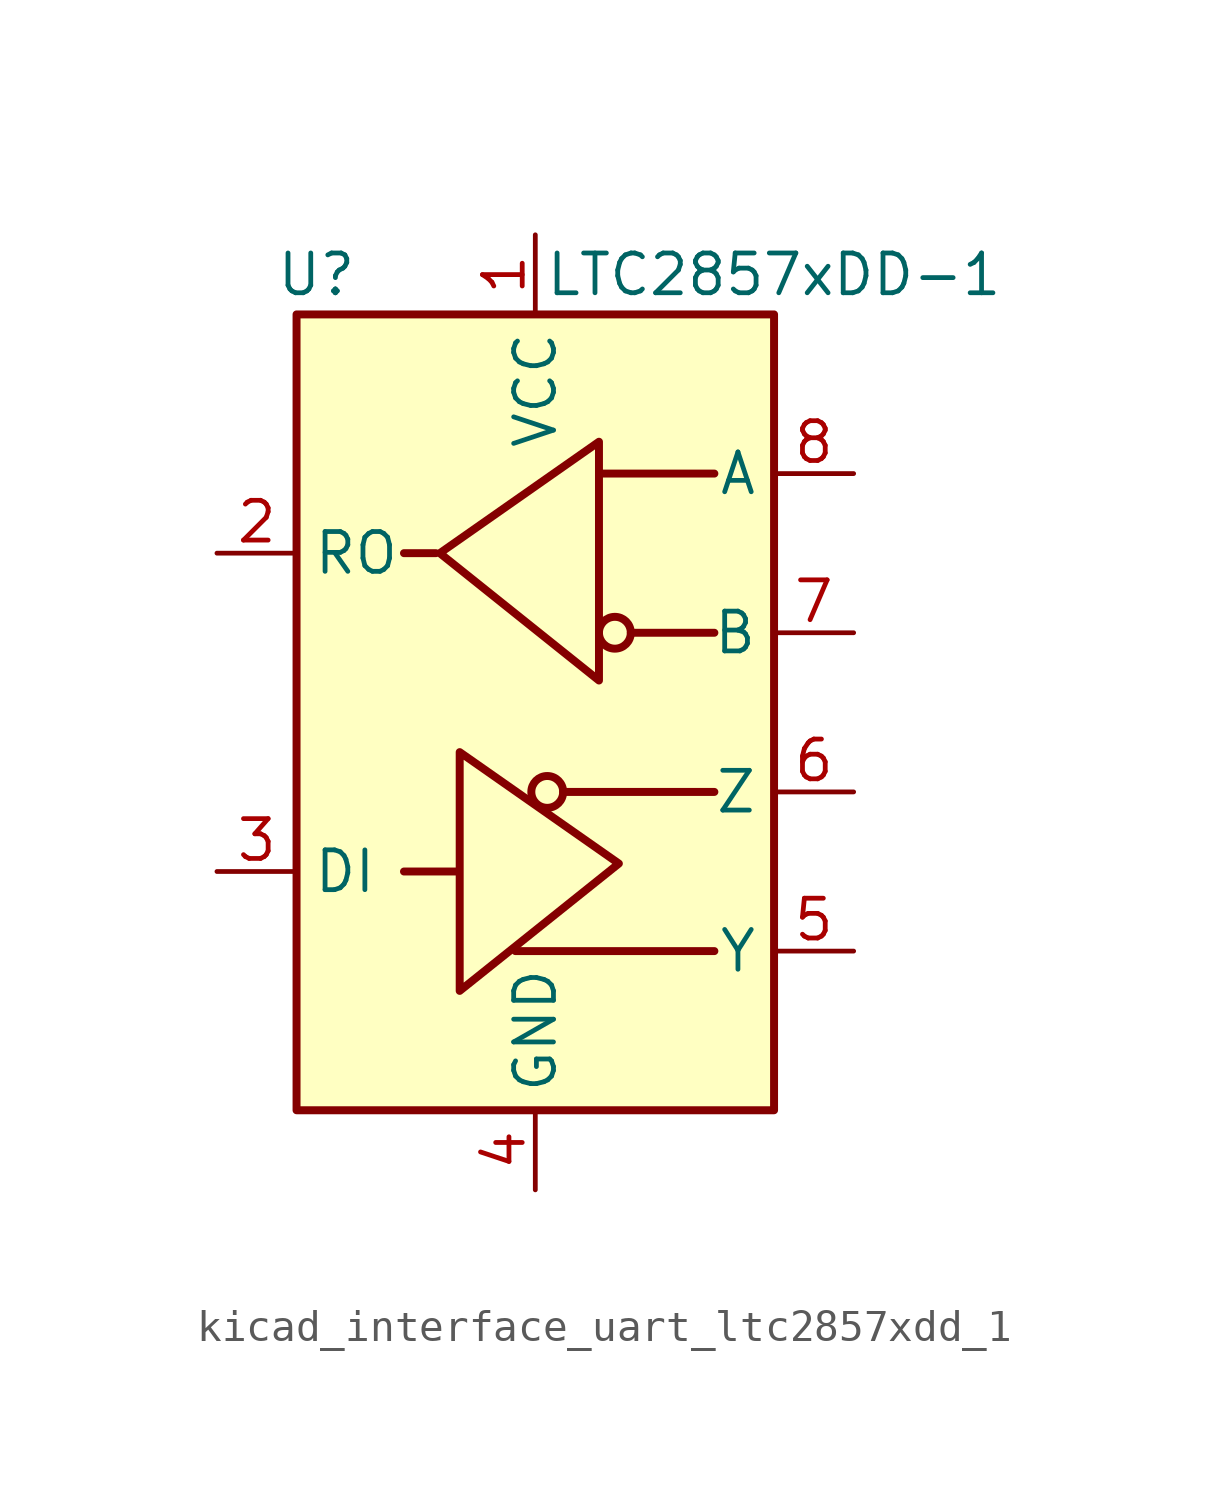
<source format=kicad_sym>
(kicad_symbol_lib
  (version 20220914)
  (generator kicad_symbol_editor)
  (symbol "kicad_interface_uart_ltc2857xdd_1"
    (property "Reference" "U"
      (at -6.985 13.97 0)
      (effects (font (size 1.27 1.27))))
    (property "Value" "LTC2857xDD-1"
      (at 7.62 13.97 0)
      (effects (font (size 1.27 1.27))))
    (symbol "kicad_interface_uart_ltc2857xdd_1_0_1"
      (rectangle (start -7.62 12.7) (end 7.62 -12.7) (stroke (width 0.254) (type default)) (fill (type background))))
    (symbol "kicad_interface_uart_ltc2857xdd_1_1_1"
      (polyline (pts (xy -2.54 -5.08) (xy -4.191 -5.08)) (stroke (width 0.254) (type default)) (fill (type none)))
      (polyline (pts (xy -0.635 -7.62) (xy 5.715 -7.62)) (stroke (width 0.254) (type default)) (fill (type none)))
      (polyline (pts (xy 0.889 -2.54) (xy 5.715 -2.54)) (stroke (width 0.254) (type default)) (fill (type none)))
      (polyline (pts (xy 2.032 7.62) (xy 5.715 7.62)) (stroke (width 0.254) (type default)) (fill (type none)))
      (polyline (pts (xy 3.048 2.54) (xy 5.715 2.54)) (stroke (width 0.254) (type default)) (fill (type none)))
      (polyline (pts (xy -3.175 5.08) (xy -4.191 5.08) (xy -4.064 5.08)) (stroke (width 0.254) (type default)) (fill (type none)))
      (polyline (pts (xy -2.413 -5.08) (xy -2.413 -1.27) (xy 2.667 -4.826) (xy -2.413 -8.89) (xy -2.413 -5.08)) (stroke (width 0.254) (type default)) (fill (type none)))
      (polyline (pts (xy 2.032 4.826) (xy 2.032 8.636) (xy -3.048 5.08) (xy 2.032 1.016) (xy 2.032 4.826)) (stroke (width 0.254) (type default)) (fill (type none)))
      (circle (center 0.381 -2.54) (radius 0.508) (stroke (width 0.254) (type default)) (fill (type none)))
      (circle (center 2.54 2.54) (radius 0.508) (stroke (width 0.254) (type default)) (fill (type none)))
      (pin power_in line (at 0 15.24 270) (length 2.54) (name "VCC" (effects (font (size 1.27 1.27)))) (number "1" (effects (font (size 1.27 1.27)))))
      (pin output line (at -10.16 5.08 0) (length 2.54) (name "RO" (effects (font (size 1.27 1.27)))) (number "2" (effects (font (size 1.27 1.27)))))
      (pin input line (at -10.16 -5.08 0) (length 2.54) (name "DI" (effects (font (size 1.27 1.27)))) (number "3" (effects (font (size 1.27 1.27)))))
      (pin power_in line (at 0 -15.24 90) (length 2.54) (name "GND" (effects (font (size 1.27 1.27)))) (number "4" (effects (font (size 1.27 1.27)))))
      (pin output line (at 10.16 -7.62 180) (length 2.54) (name "Y" (effects (font (size 1.27 1.27)))) (number "5" (effects (font (size 1.27 1.27)))))
      (pin output line (at 10.16 -2.54 180) (length 2.54) (name "Z" (effects (font (size 1.27 1.27)))) (number "6" (effects (font (size 1.27 1.27)))))
      (pin input line (at 10.16 2.54 180) (length 2.54) (name "B" (effects (font (size 1.27 1.27)))) (number "7" (effects (font (size 1.27 1.27)))))
      (pin input line (at 10.16 7.62 180) (length 2.54) (name "A" (effects (font (size 1.27 1.27)))) (number "8" (effects (font (size 1.27 1.27)))))
      (pin passive line (at 0 -15.24 90) (length 2.54) hide (name "GND" (effects (font (size 1.27 1.27)))) (number "9" (effects (font (size 1.27 1.27))))))))
</source>
